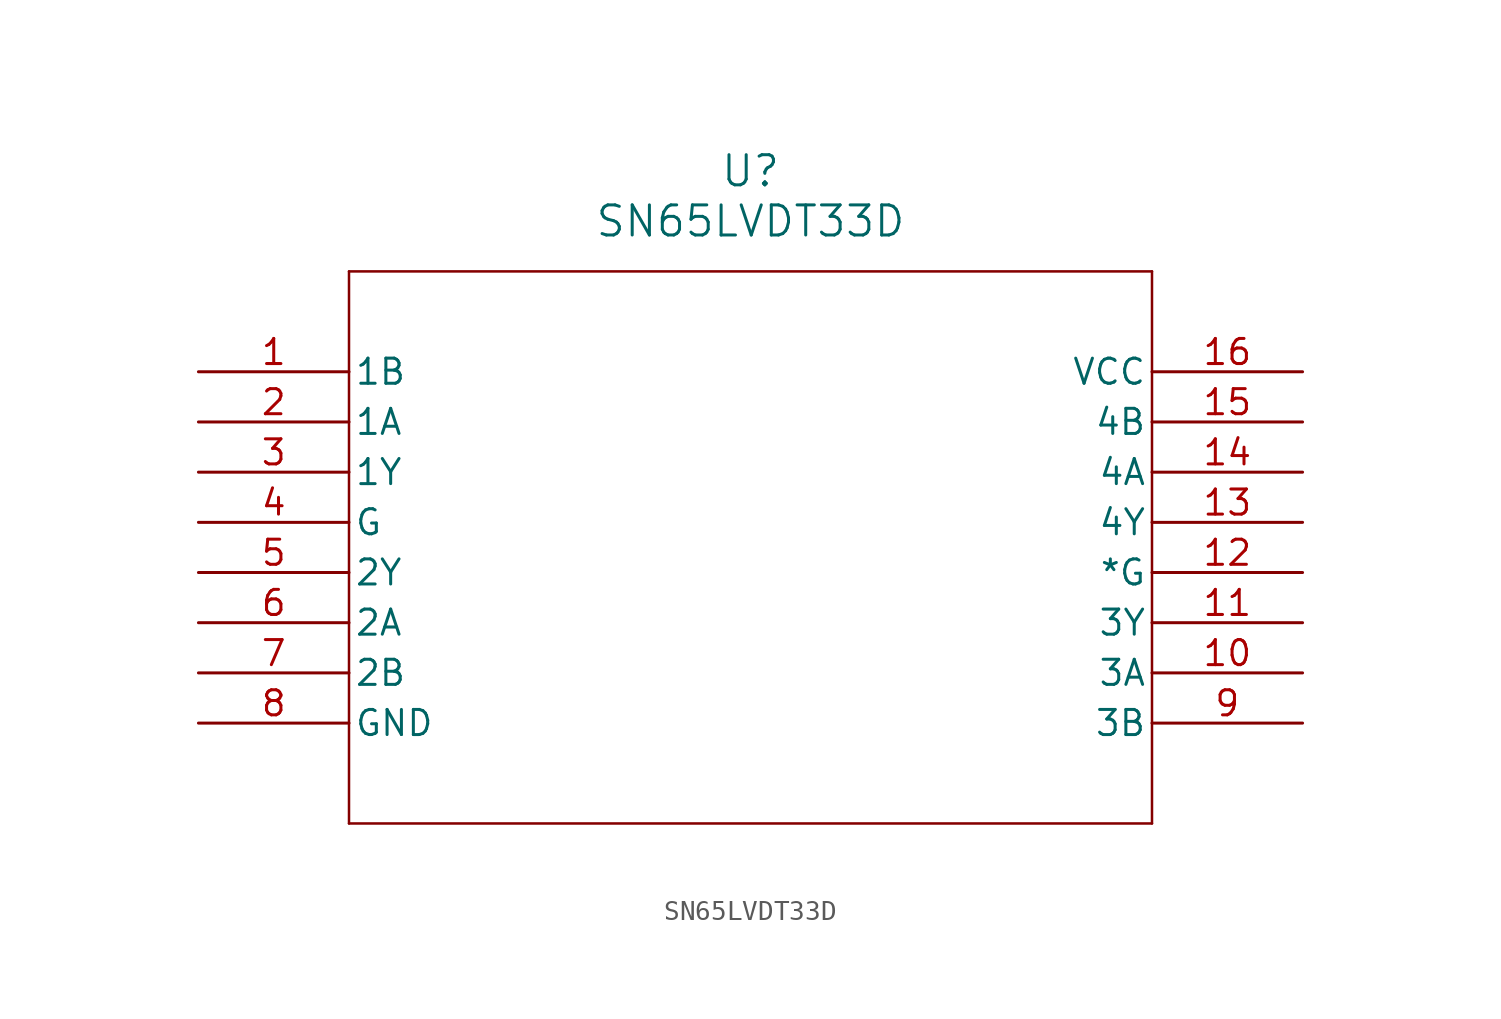
<source format=kicad_sym>
(kicad_symbol_lib
  (version 20211014)
  (generator kicad_symbol_editor)
  (symbol "SN65LVDT33D"
    (pin_names
      (offset 0.254))
    (property "Reference" "U"
      (at 27.94 10.16 0)
      (effects (font (size 1.524 1.524))))
    (property "Value" "SN65LVDT33D"
      (at 27.94 7.62 0)
      (effects (font (size 1.524 1.524))))
    (symbol "SN65LVDT33D_0_1"
      (polyline (pts (xy 7.62 5.08) (xy 7.62 -22.86)) (stroke (width 0.127) (type default) (color 0 0 0 0)) (fill (type none)))
      (polyline (pts (xy 7.62 -22.86) (xy 48.26 -22.86)) (stroke (width 0.127) (type default) (color 0 0 0 0)) (fill (type none)))
      (polyline (pts (xy 48.26 -22.86) (xy 48.26 5.08)) (stroke (width 0.127) (type default) (color 0 0 0 0)) (fill (type none)))
      (polyline (pts (xy 48.26 5.08) (xy 7.62 5.08)) (stroke (width 0.127) (type default) (color 0 0 0 0)) (fill (type none)))
      (pin input line (at 0 0 0) (length 7.62) (name "1B" (effects (font (size 1.27 1.27)))) (number "1" (effects (font (size 1.27 1.27)))))
      (pin input line (at 0 -2.54 0) (length 7.62) (name "1A" (effects (font (size 1.27 1.27)))) (number "2" (effects (font (size 1.27 1.27)))))
      (pin output line (at 0 -5.08 0) (length 7.62) (name "1Y" (effects (font (size 1.27 1.27)))) (number "3" (effects (font (size 1.27 1.27)))))
      (pin unspecified line (at 0 -7.62 0) (length 7.62) (name "G" (effects (font (size 1.27 1.27)))) (number "4" (effects (font (size 1.27 1.27)))))
      (pin output line (at 0 -10.16 0) (length 7.62) (name "2Y" (effects (font (size 1.27 1.27)))) (number "5" (effects (font (size 1.27 1.27)))))
      (pin input line (at 0 -12.7 0) (length 7.62) (name "2A" (effects (font (size 1.27 1.27)))) (number "6" (effects (font (size 1.27 1.27)))))
      (pin input line (at 0 -15.24 0) (length 7.62) (name "2B" (effects (font (size 1.27 1.27)))) (number "7" (effects (font (size 1.27 1.27)))))
      (pin power_in line (at 0 -17.78 0) (length 7.62) (name "GND" (effects (font (size 1.27 1.27)))) (number "8" (effects (font (size 1.27 1.27)))))
      (pin input line (at 55.88 -17.78 180) (length 7.62) (name "3B" (effects (font (size 1.27 1.27)))) (number "9" (effects (font (size 1.27 1.27)))))
      (pin input line (at 55.88 -15.24 180) (length 7.62) (name "3A" (effects (font (size 1.27 1.27)))) (number "10" (effects (font (size 1.27 1.27)))))
      (pin output line (at 55.88 -12.7 180) (length 7.62) (name "3Y" (effects (font (size 1.27 1.27)))) (number "11" (effects (font (size 1.27 1.27)))))
      (pin unspecified line (at 55.88 -10.16 180) (length 7.62) (name "*G" (effects (font (size 1.27 1.27)))) (number "12" (effects (font (size 1.27 1.27)))))
      (pin output line (at 55.88 -7.62 180) (length 7.62) (name "4Y" (effects (font (size 1.27 1.27)))) (number "13" (effects (font (size 1.27 1.27)))))
      (pin input line (at 55.88 -5.08 180) (length 7.62) (name "4A" (effects (font (size 1.27 1.27)))) (number "14" (effects (font (size 1.27 1.27)))))
      (pin input line (at 55.88 -2.54 180) (length 7.62) (name "4B" (effects (font (size 1.27 1.27)))) (number "15" (effects (font (size 1.27 1.27)))))
      (pin power_in line (at 55.88 0 180) (length 7.62) (name "VCC" (effects (font (size 1.27 1.27)))) (number "16" (effects (font (size 1.27 1.27))))))))
</source>
